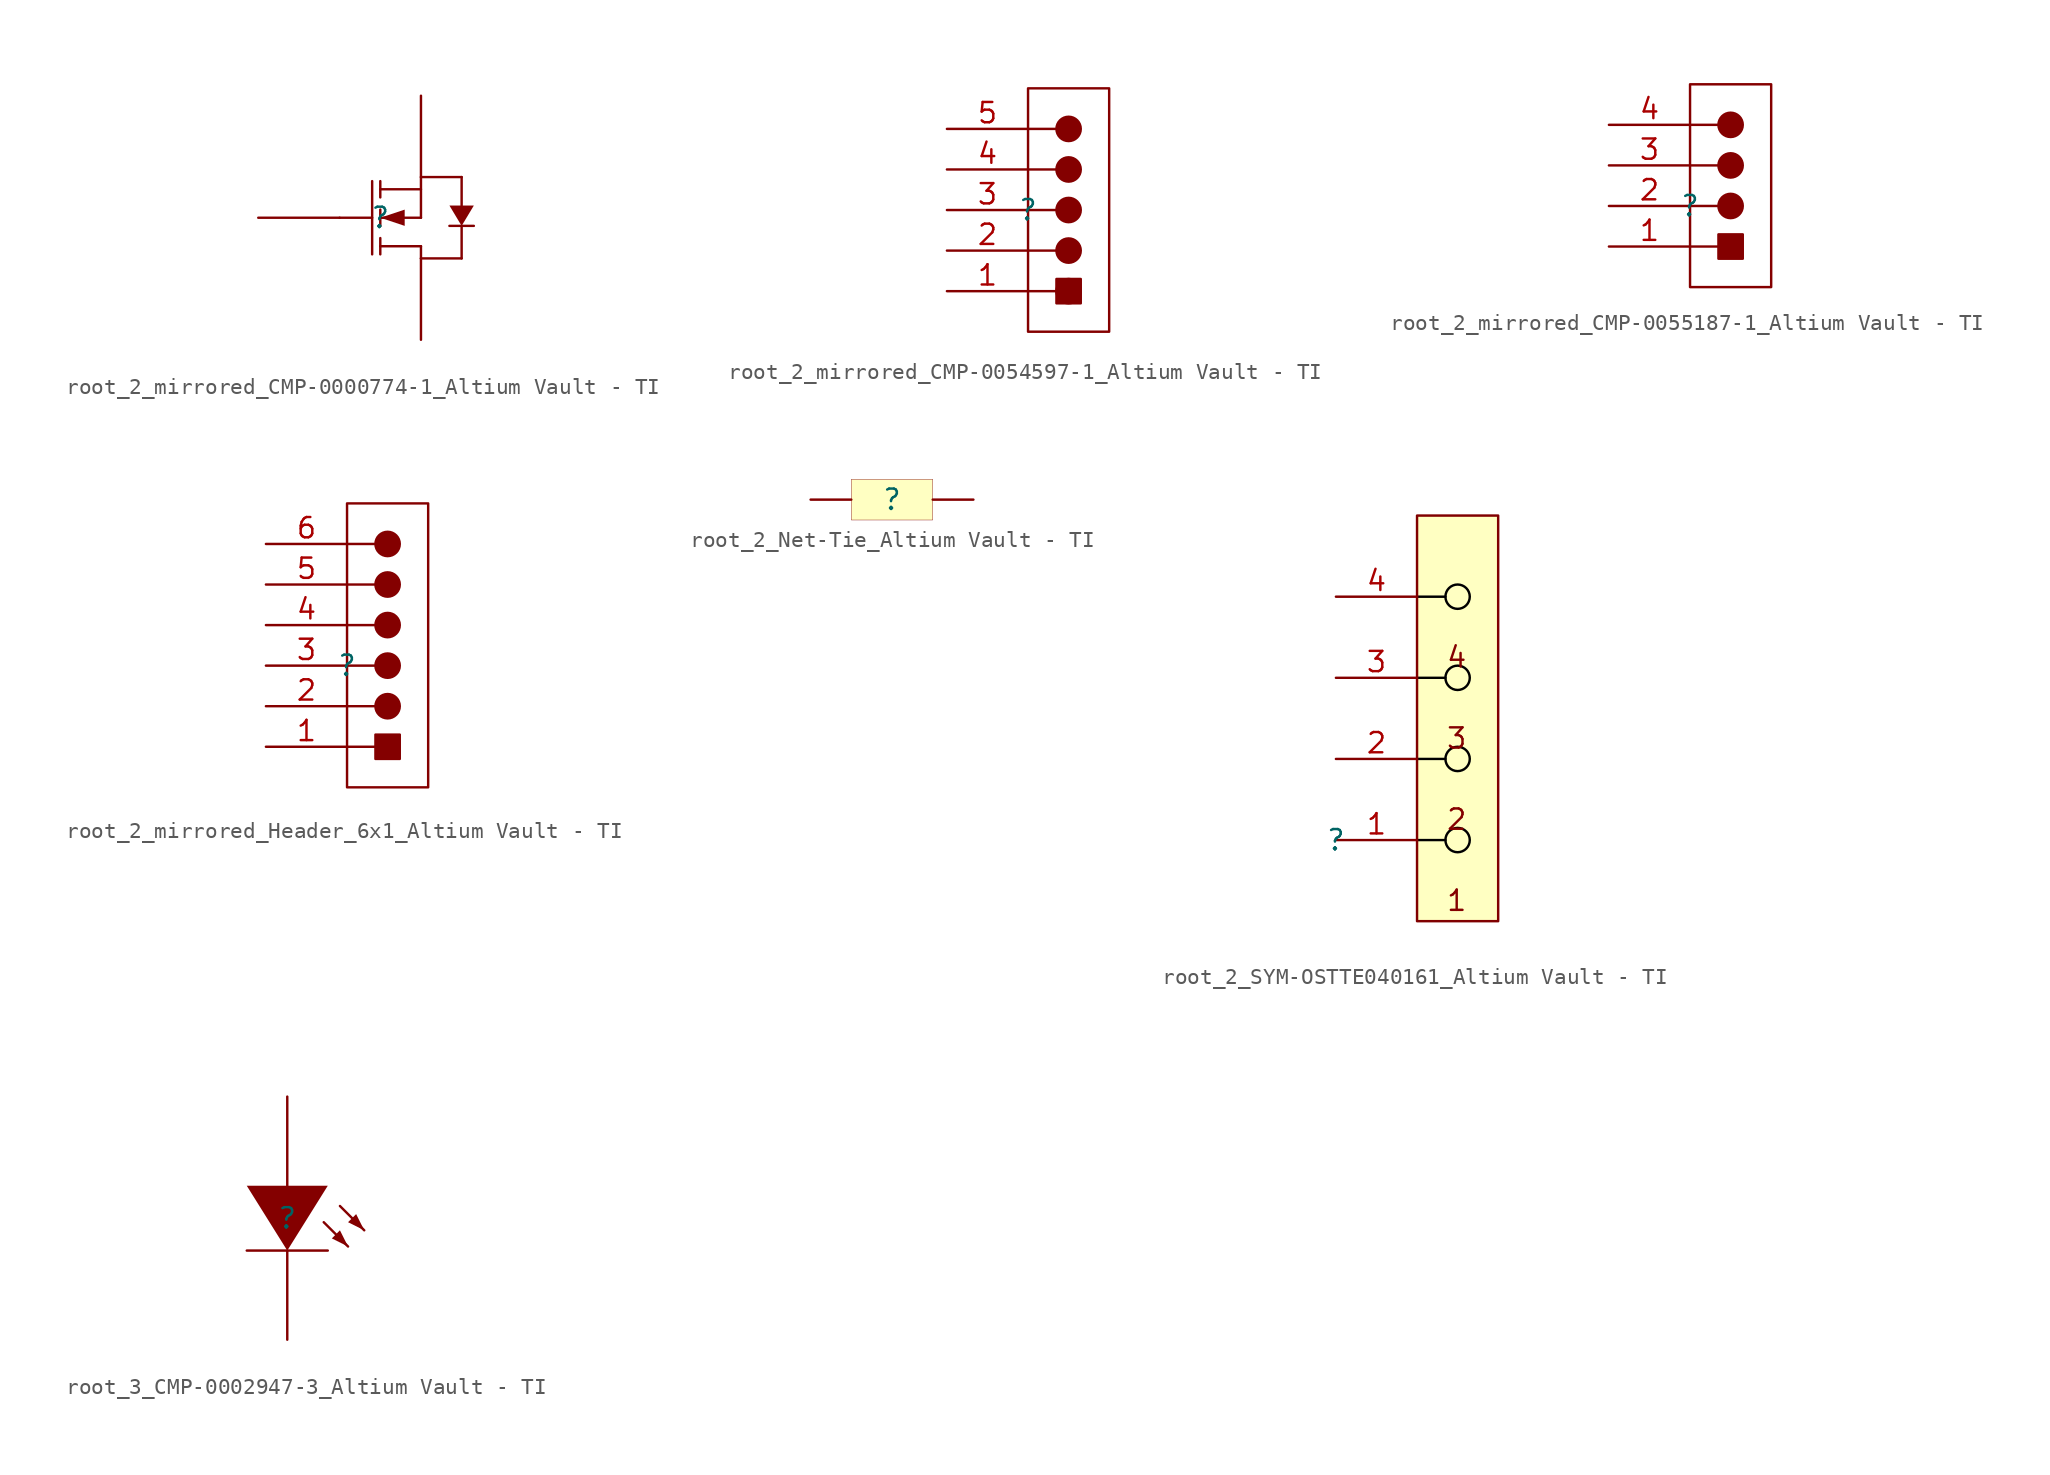
<source format=kicad_sym>
(kicad_symbol_lib
  (version 20241209)
  (generator "kicad_symbol_editor")
  (generator_version "9.0")
  (symbol "root_2_mirrored_CMP-0000774-1_Altium Vault - TI"
    (pin_numbers
      (hide yes))
    (pin_names
      (hide yes))
    (property "Reference" ""
      (at 0 0 0)
      (effects (font (size 1.27 1.27))))
    (property "Value" ""
      (at 0 0 0)
      (effects (font (size 1.27 1.27))))
    (symbol "root_2_mirrored_CMP-0000774-1_Altium Vault - TI_1_0"
      (polyline (pts (xy -2.54 0) (xy -0.508 0)) (stroke (width 0) (type solid)) (fill (type none)))
      (polyline (pts (xy -0.508 -2.286) (xy -0.508 2.286)) (stroke (width 0) (type solid)) (fill (type none)))
      (polyline (pts (xy 0 2.286) (xy 0 1.27)) (stroke (width 0) (type solid)) (fill (type none)))
      (polyline (pts (xy 0 0.508) (xy 0 -0.508)) (stroke (width 0) (type solid)) (fill (type none)))
      (polyline (pts (xy 0 0) (xy 1.524 0.508) (xy 1.524 -0.508) (xy 0 0)) (stroke (width -0.0001) (type solid)) (fill (type outline)))
      (polyline (pts (xy 0 -2.286) (xy 0 -1.27)) (stroke (width 0) (type solid)) (fill (type none)))
      (polyline (pts (xy 2.54 2.54) (xy 5.08 2.54)) (stroke (width 0) (type solid)) (fill (type none)))
      (polyline (pts (xy 2.54 1.778) (xy 0 1.778)) (stroke (width 0) (type solid)) (fill (type none)))
      (polyline (pts (xy 2.54 0) (xy 0 0)) (stroke (width 0) (type solid)) (fill (type none)))
      (polyline (pts (xy 2.54 0) (xy 2.54 2.54)) (stroke (width 0) (type solid)) (fill (type none)))
      (polyline (pts (xy 2.54 -1.778) (xy 0 -1.778)) (stroke (width 0) (type solid)) (fill (type none)))
      (polyline (pts (xy 2.54 -1.778) (xy 2.54 -2.54)) (stroke (width 0) (type solid)) (fill (type none)))
      (polyline (pts (xy 2.54 -2.54) (xy 5.08 -2.54)) (stroke (width 0) (type solid)) (fill (type none)))
      (polyline (pts (xy 4.318 -0.508) (xy 5.842 -0.508)) (stroke (width 0) (type solid)) (fill (type none)))
      (polyline (pts (xy 5.08 2.54) (xy 5.08 0.762)) (stroke (width 0) (type solid)) (fill (type none)))
      (polyline (pts (xy 5.08 -0.508) (xy 4.318 0.762) (xy 5.842 0.762) (xy 5.08 -0.508)) (stroke (width -0.0001) (type solid)) (fill (type outline)))
      (polyline (pts (xy 5.08 -2.54) (xy 5.08 -0.508)) (stroke (width 0) (type solid)) (fill (type none)))
      (pin passive line (at -7.62 0 0) (length 5.08) (name "G" (effects (font (size 1.27 1.27)))) (number "1" (effects (font (size 1.27 1.27)))))
      (pin passive line (at 2.54 7.62 270) (length 5.08) (name "S" (effects (font (size 1.27 1.27)))) (number "2" (effects (font (size 1.27 1.27)))))
      (pin passive line (at 2.54 -7.62 90) (length 5.08) (name "D" (effects (font (size 1.27 1.27)))) (number "3" (effects (font (size 1.27 1.27)))))))
  (symbol "root_2_mirrored_CMP-0054597-1_Altium Vault - TI"
    (pin_names
      (hide yes))
    (property "Reference" ""
      (at 0 0 0)
      (effects (font (size 1.27 1.27))))
    (property "Value" ""
      (at 0 0 0)
      (effects (font (size 1.27 1.27))))
    (symbol "root_2_mirrored_CMP-0054597-1_Altium Vault - TI_1_0"
      (polyline (pts (xy 0 5.08) (xy 1.778 5.08)) (stroke (width 0) (type solid)) (fill (type none)))
      (polyline (pts (xy 0 2.54) (xy 1.778 2.54)) (stroke (width 0) (type solid)) (fill (type none)))
      (polyline (pts (xy 0 0) (xy 1.778 0)) (stroke (width 0) (type solid)) (fill (type none)))
      (polyline (pts (xy 0 -2.54) (xy 1.778 -2.54)) (stroke (width 0) (type solid)) (fill (type none)))
      (polyline (pts (xy 0 -5.08) (xy 1.778 -5.08)) (stroke (width 0) (type solid)) (fill (type none)))
      (circle (center 2.54 5.08) (radius 0.762) (stroke (width 0) (type solid)) (fill (type outline)))
      (circle (center 2.54 2.54) (radius 0.762) (stroke (width 0) (type solid)) (fill (type outline)))
      (circle (center 2.54 0) (radius 0.762) (stroke (width 0) (type solid)) (fill (type outline)))
      (circle (center 2.54 -2.54) (radius 0.762) (stroke (width 0) (type solid)) (fill (type outline)))
      (circle (center 2.54 -5.08) (radius 0.762) (stroke (width 0) (type solid)) (fill (type outline)))
      (rectangle (start 3.302 -4.318) (end 1.778 -5.842) (stroke (width 0) (type solid)) (fill (type outline)))
      (rectangle (start 5.08 7.62) (end 0 -7.62) (stroke (width 0) (type solid)) (fill (type color) (color 255 255 255 1)))
      (pin passive line (at -5.08 5.08 0) (length 5.08) (name "5" (effects (font (size 1.27 1.27)))) (number "5" (effects (font (size 1.27 1.27)))))
      (pin passive line (at -5.08 2.54 0) (length 5.08) (name "4" (effects (font (size 1.27 1.27)))) (number "4" (effects (font (size 1.27 1.27)))))
      (pin passive line (at -5.08 0 0) (length 5.08) (name "3" (effects (font (size 1.27 1.27)))) (number "3" (effects (font (size 1.27 1.27)))))
      (pin passive line (at -5.08 -2.54 0) (length 5.08) (name "2" (effects (font (size 1.27 1.27)))) (number "2" (effects (font (size 1.27 1.27)))))
      (pin passive line (at -5.08 -5.08 0) (length 5.08) (name "1" (effects (font (size 1.27 1.27)))) (number "1" (effects (font (size 1.27 1.27)))))))
  (symbol "root_2_mirrored_CMP-0055187-1_Altium Vault - TI"
    (pin_names
      (hide yes))
    (property "Reference" ""
      (at 0 0 0)
      (effects (font (size 1.27 1.27))))
    (property "Value" ""
      (at 0 0 0)
      (effects (font (size 1.27 1.27))))
    (symbol "root_2_mirrored_CMP-0055187-1_Altium Vault - TI_1_0"
      (polyline (pts (xy 0 5.08) (xy 1.778 5.08)) (stroke (width 0) (type solid)) (fill (type none)))
      (polyline (pts (xy 0 2.54) (xy 1.778 2.54)) (stroke (width 0) (type solid)) (fill (type none)))
      (polyline (pts (xy 0 0) (xy 1.778 0)) (stroke (width 0) (type solid)) (fill (type none)))
      (polyline (pts (xy 0 -2.54) (xy 1.778 -2.54)) (stroke (width 0) (type solid)) (fill (type none)))
      (circle (center 2.54 5.08) (radius 0.762) (stroke (width 0) (type solid)) (fill (type outline)))
      (circle (center 2.54 2.54) (radius 0.762) (stroke (width 0) (type solid)) (fill (type outline)))
      (circle (center 2.54 0) (radius 0.762) (stroke (width 0) (type solid)) (fill (type outline)))
      (rectangle (start 3.302 -1.778) (end 1.778 -3.302) (stroke (width 0) (type solid)) (fill (type outline)))
      (rectangle (start 5.08 7.62) (end 0 -5.08) (stroke (width 0) (type solid)) (fill (type color) (color 255 255 255 1)))
      (pin passive line (at -5.08 5.08 0) (length 5.08) (name "4" (effects (font (size 1.27 1.27)))) (number "4" (effects (font (size 1.27 1.27)))))
      (pin passive line (at -5.08 2.54 0) (length 5.08) (name "3" (effects (font (size 1.27 1.27)))) (number "3" (effects (font (size 1.27 1.27)))))
      (pin passive line (at -5.08 0 0) (length 5.08) (name "2" (effects (font (size 1.27 1.27)))) (number "2" (effects (font (size 1.27 1.27)))))
      (pin passive line (at -5.08 -2.54 0) (length 5.08) (name "1" (effects (font (size 1.27 1.27)))) (number "1" (effects (font (size 1.27 1.27)))))))
  (symbol "root_2_mirrored_Header_6x1_Altium Vault - TI"
    (pin_names
      (hide yes))
    (property "Reference" ""
      (at 0 0 0)
      (effects (font (size 1.27 1.27))))
    (property "Value" ""
      (at 0 0 0)
      (effects (font (size 1.27 1.27))))
    (symbol "root_2_mirrored_Header_6x1_Altium Vault - TI_1_0"
      (polyline (pts (xy 0 7.62) (xy 1.778 7.62)) (stroke (width 0) (type solid)) (fill (type none)))
      (polyline (pts (xy 0 5.08) (xy 1.778 5.08)) (stroke (width 0) (type solid)) (fill (type none)))
      (polyline (pts (xy 0 2.54) (xy 1.778 2.54)) (stroke (width 0) (type solid)) (fill (type none)))
      (polyline (pts (xy 0 0) (xy 1.778 0)) (stroke (width 0) (type solid)) (fill (type none)))
      (polyline (pts (xy 0 -2.54) (xy 1.778 -2.54)) (stroke (width 0) (type solid)) (fill (type none)))
      (polyline (pts (xy 0 -5.08) (xy 1.778 -5.08)) (stroke (width 0) (type solid)) (fill (type none)))
      (circle (center 2.54 7.62) (radius 0.762) (stroke (width 0) (type solid)) (fill (type outline)))
      (circle (center 2.54 5.08) (radius 0.762) (stroke (width 0) (type solid)) (fill (type outline)))
      (circle (center 2.54 2.54) (radius 0.762) (stroke (width 0) (type solid)) (fill (type outline)))
      (circle (center 2.54 0) (radius 0.762) (stroke (width 0) (type solid)) (fill (type outline)))
      (circle (center 2.54 -2.54) (radius 0.762) (stroke (width 0) (type solid)) (fill (type outline)))
      (rectangle (start 3.302 -4.318) (end 1.778 -5.842) (stroke (width 0) (type solid)) (fill (type outline)))
      (rectangle (start 5.08 10.16) (end 0 -7.62) (stroke (width 0) (type solid)) (fill (type color) (color 255 255 255 1)))
      (pin passive line (at -5.08 7.62 0) (length 5.08) (name "6" (effects (font (size 1.27 1.27)))) (number "6" (effects (font (size 1.27 1.27)))))
      (pin passive line (at -5.08 5.08 0) (length 5.08) (name "5" (effects (font (size 1.27 1.27)))) (number "5" (effects (font (size 1.27 1.27)))))
      (pin passive line (at -5.08 2.54 0) (length 5.08) (name "4" (effects (font (size 1.27 1.27)))) (number "4" (effects (font (size 1.27 1.27)))))
      (pin passive line (at -5.08 0 0) (length 5.08) (name "3" (effects (font (size 1.27 1.27)))) (number "3" (effects (font (size 1.27 1.27)))))
      (pin passive line (at -5.08 -2.54 0) (length 5.08) (name "2" (effects (font (size 1.27 1.27)))) (number "2" (effects (font (size 1.27 1.27)))))
      (pin passive line (at -5.08 -5.08 0) (length 5.08) (name "1" (effects (font (size 1.27 1.27)))) (number "1" (effects (font (size 1.27 1.27)))))))
  (symbol "root_2_Net-Tie_Altium Vault - TI"
    (pin_numbers
      (hide yes))
    (pin_names
      (hide yes))
    (property "Reference" ""
      (at 0 0 0)
      (effects (font (size 1.27 1.27))))
    (property "Value" ""
      (at 0 0 0)
      (effects (font (size 1.27 1.27))))
    (symbol "root_2_Net-Tie_Altium Vault - TI_1_0"
      (rectangle (start 2.54 1.27) (end -2.54 -1.27) (stroke (width 0.025) (type solid) (color 128 0 0 1)) (fill (type background)))
      (pin passive line (at -5.08 0 0) (length 2.54) (name "2" (effects (font (size 1.27 1.27)))) (number "2" (effects (font (size 1.27 1.27)))))
      (pin passive line (at 5.08 0 180) (length 2.54) (name "1" (effects (font (size 1.27 1.27)))) (number "1" (effects (font (size 1.27 1.27)))))))
  (symbol "root_2_SYM-OSTTE040161_Altium Vault - TI"
    (pin_names
      (hide yes))
    (property "Reference" ""
      (at 0 0 0)
      (effects (font (size 1.27 1.27))))
    (property "Value" ""
      (at 0 0 0)
      (effects (font (size 1.27 1.27))))
    (symbol "root_2_SYM-OSTTE040161_Altium Vault - TI_1_0"
      (polyline (pts (xy 6.858 15.24) (xy 5.08 15.24)) (stroke (width 0) (type solid) (color 0 0 0 1)) (fill (type none)))
      (polyline (pts (xy 6.858 10.16) (xy 5.08 10.16)) (stroke (width 0) (type solid) (color 0 0 0 1)) (fill (type none)))
      (polyline (pts (xy 6.858 5.08) (xy 5.08 5.08)) (stroke (width 0) (type solid) (color 0 0 0 1)) (fill (type none)))
      (polyline (pts (xy 6.858 0) (xy 5.08 0)) (stroke (width 0) (type solid) (color 0 0 0 1)) (fill (type none)))
      (circle (center 7.62 15.24) (radius 0.762) (stroke (width 0) (type solid) (color 0 0 0 1)) (fill (type none)))
      (circle (center 7.62 10.16) (radius 0.762) (stroke (width 0) (type solid) (color 0 0 0 1)) (fill (type none)))
      (circle (center 7.62 5.08) (radius 0.762) (stroke (width 0) (type solid) (color 0 0 0 1)) (fill (type none)))
      (circle (center 7.62 0) (radius 0.762) (stroke (width 0) (type solid) (color 0 0 0 1)) (fill (type none)))
      (rectangle (start 10.16 20.32) (end 5.08 -5.08) (stroke (width 0) (type solid) (color 128 0 0 1)) (fill (type background)))
      (text "4" (at 6.858 12.192 0) (effects (font (size 1.27 1.27)) (justify left top)))
      (text "3" (at 6.858 7.112 0) (effects (font (size 1.27 1.27)) (justify left top)))
      (text "2" (at 6.858 2.032 0) (effects (font (size 1.27 1.27)) (justify left top)))
      (text "1" (at 6.858 -3.048 0) (effects (font (size 1.27 1.27)) (justify left top)))
      (pin passive line (at 0 15.24 0) (length 5.08) (name "4" (effects (font (size 1.27 1.27)))) (number "4" (effects (font (size 1.27 1.27)))))
      (pin passive line (at 0 10.16 0) (length 5.08) (name "3" (effects (font (size 1.27 1.27)))) (number "3" (effects (font (size 1.27 1.27)))))
      (pin passive line (at 0 5.08 0) (length 5.08) (name "2" (effects (font (size 1.27 1.27)))) (number "2" (effects (font (size 1.27 1.27)))))
      (pin passive line (at 0 0 0) (length 5.08) (name "1" (effects (font (size 1.27 1.27)))) (number "1" (effects (font (size 1.27 1.27)))))))
  (symbol "root_3_CMP-0002947-3_Altium Vault - TI"
    (pin_numbers
      (hide yes))
    (pin_names
      (hide yes))
    (property "Reference" ""
      (at 0 0 0)
      (effects (font (size 1.27 1.27))))
    (property "Value" ""
      (at 0 0 0)
      (effects (font (size 1.27 1.27))))
    (symbol "root_3_CMP-0002947-3_Altium Vault - TI_1_0"
      (polyline (pts (xy 2.54 2.032) (xy 0 -2.032) (xy -2.54 2.032) (xy 2.54 2.032)) (stroke (width -0.0001) (type solid)) (fill (type outline)))
      (polyline (pts (xy 2.54 -2.032) (xy -2.54 -2.032)) (stroke (width 0) (type solid)) (fill (type none)))
      (polyline (pts (xy 3.81 -1.778) (xy 2.286 -0.254)) (stroke (width 0) (type solid)) (fill (type none)))
      (polyline (pts (xy 3.81 -1.778) (xy 3.302 -0.762) (xy 2.794 -1.27) (xy 3.81 -1.778)) (stroke (width -0.0001) (type solid)) (fill (type outline)))
      (polyline (pts (xy 4.826 -0.762) (xy 3.302 0.762)) (stroke (width 0) (type solid)) (fill (type none)))
      (polyline (pts (xy 4.826 -0.762) (xy 4.318 0.254) (xy 3.81 -0.254) (xy 4.826 -0.762)) (stroke (width -0.0001) (type solid)) (fill (type outline)))
      (pin passive line (at 0 7.62 270) (length 5.588) (name "A" (effects (font (size 1.27 1.27)))) (number "2" (effects (font (size 1.27 1.27)))))
      (pin passive line (at 0 -7.62 90) (length 5.588) (name "K" (effects (font (size 1.27 1.27)))) (number "1" (effects (font (size 1.27 1.27))))))))
</source>
